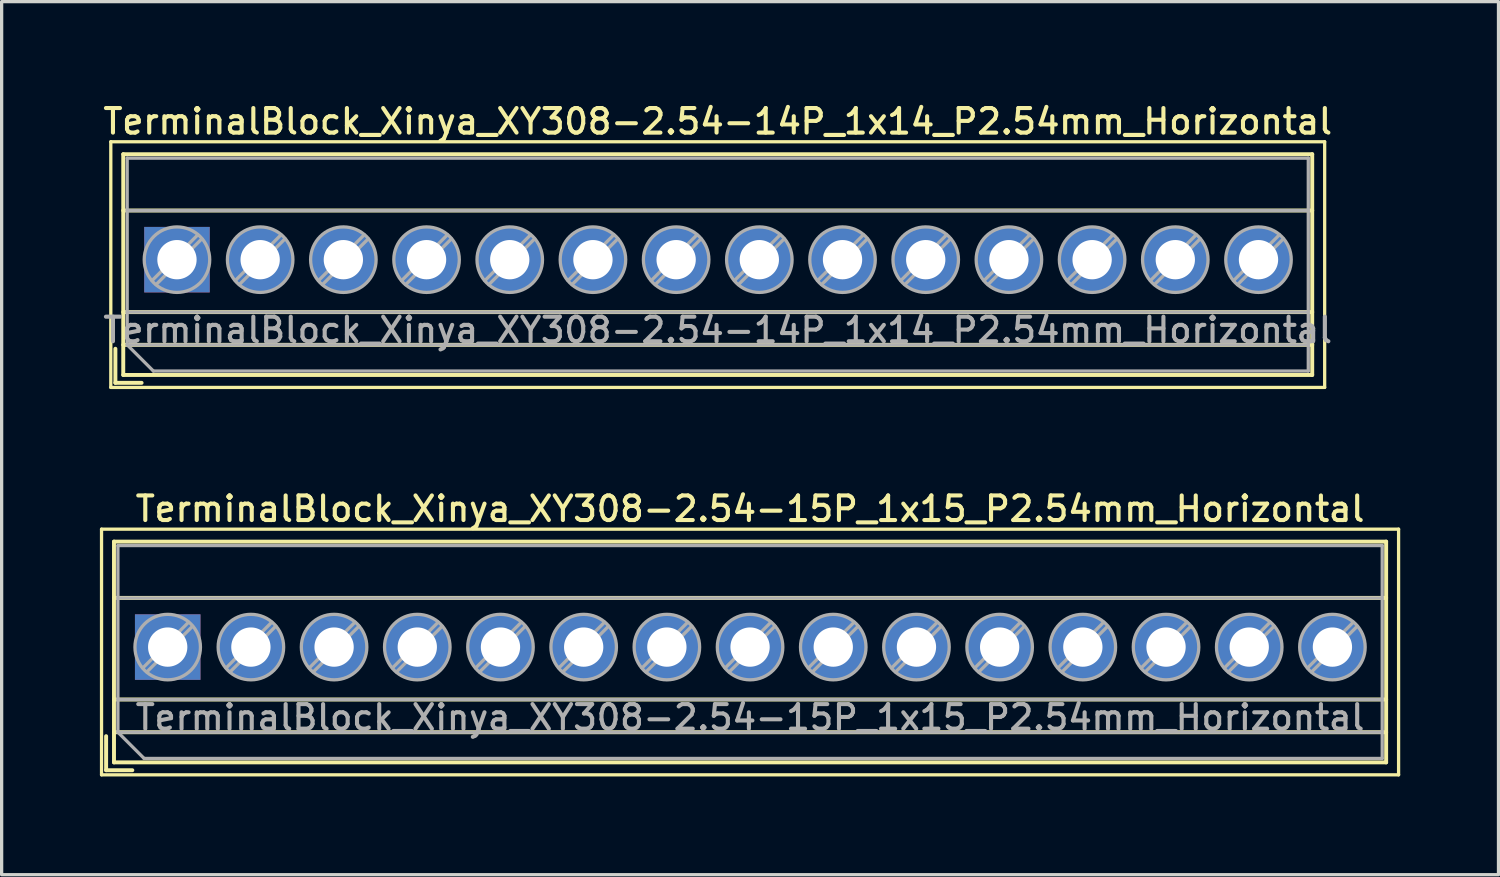
<source format=kicad_pcb>
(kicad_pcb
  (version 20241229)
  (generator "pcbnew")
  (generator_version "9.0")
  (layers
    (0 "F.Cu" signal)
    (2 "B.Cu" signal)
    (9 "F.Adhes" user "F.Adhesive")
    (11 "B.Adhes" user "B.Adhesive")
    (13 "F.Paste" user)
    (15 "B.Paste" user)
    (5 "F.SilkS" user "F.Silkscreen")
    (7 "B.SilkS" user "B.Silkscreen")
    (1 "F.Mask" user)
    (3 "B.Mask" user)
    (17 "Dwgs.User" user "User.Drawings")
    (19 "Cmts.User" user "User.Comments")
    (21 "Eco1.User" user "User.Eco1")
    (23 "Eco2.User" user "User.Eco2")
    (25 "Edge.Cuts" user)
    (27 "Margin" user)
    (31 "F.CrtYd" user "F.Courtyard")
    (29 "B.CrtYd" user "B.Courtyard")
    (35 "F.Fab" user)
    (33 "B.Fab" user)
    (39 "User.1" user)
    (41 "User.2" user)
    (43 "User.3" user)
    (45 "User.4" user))
  (footprint "TerminalBlock_Xinya_XY308-2.54-14P_1x14_P2.54mm_Horizontal"
    (layer "F.Cu")
    (at 2.353 4.878)
    (property "Reference" "TerminalBlock_Xinya_XY308-2.54-14P_1x14_P2.54mm_Horizontal" (at 16.51 -4.22 0) (layer "F.SilkS") (effects (font (size 0.75 0.75) (thickness 0.125))))
    (attr through_hole)
    (fp_line (start -2.02 -3.6) (end -2.02 3.9) (stroke (width 0.1) (type solid)) (layer "F.SilkS"))
    (fp_line (start -2.02 3.9) (end 35.04 3.9) (stroke (width 0.1) (type solid)) (layer "F.SilkS"))
    (fp_line (start -1.88 2.72) (end -1.88 3.76) (stroke (width 0.12) (type solid)) (layer "F.SilkS"))
    (fp_line (start -1.88 3.76) (end -1.08 3.76) (stroke (width 0.12) (type solid)) (layer "F.SilkS"))
    (fp_line (start -1.64 -3.22) (end -1.64 3.52) (stroke (width 0.12) (type solid)) (layer "F.SilkS"))
    (fp_line (start -1.64 -3.22) (end 34.66 -3.22) (stroke (width 0.12) (type solid)) (layer "F.SilkS"))
    (fp_line (start -1.64 -1.501) (end 34.66 -1.501) (stroke (width 0.12) (type solid)) (layer "F.SilkS"))
    (fp_line (start -1.64 1.6) (end 34.66 1.6) (stroke (width 0.12) (type solid)) (layer "F.SilkS"))
    (fp_line (start -1.64 2.6) (end 34.66 2.6) (stroke (width 0.12) (type solid)) (layer "F.SilkS"))
    (fp_line (start -1.64 3.52) (end 34.66 3.52) (stroke (width 0.12) (type solid)) (layer "F.SilkS"))
    (fp_line (start 34.66 -3.22) (end 34.66 3.52) (stroke (width 0.12) (type solid)) (layer "F.SilkS"))
    (fp_line (start 35.04 -3.6) (end -2.02 -3.6) (stroke (width 0.1) (type solid)) (layer "F.SilkS"))
    (fp_line (start 35.04 3.9) (end 35.04 -3.6) (stroke (width 0.1) (type solid)) (layer "F.SilkS"))
    (fp_line (start -1.52 -3.1) (end 34.54 -3.1) (stroke (width 0.1) (type solid)) (layer "F.Fab"))
    (fp_line (start -1.52 -1.5) (end 34.54 -1.5) (stroke (width 0.1) (type solid)) (layer "F.Fab"))
    (fp_line (start -1.52 1.6) (end 34.54 1.6) (stroke (width 0.1) (type solid)) (layer "F.Fab"))
    (fp_line (start -1.52 2.6) (end -1.52 -3.1) (stroke (width 0.1) (type solid)) (layer "F.Fab"))
    (fp_line (start -1.52 2.6) (end 34.54 2.6) (stroke (width 0.1) (type solid)) (layer "F.Fab"))
    (fp_line (start -0.72 3.4) (end -1.52 2.6) (stroke (width 0.1) (type solid)) (layer "F.Fab"))
    (fp_line (start 0.637 -0.759) (end -0.759 0.637) (stroke (width 0.1) (type solid)) (layer "F.Fab"))
    (fp_line (start 0.759 -0.637) (end -0.637 0.759) (stroke (width 0.1) (type solid)) (layer "F.Fab"))
    (fp_line (start 3.177 -0.759) (end 1.782 0.637) (stroke (width 0.1) (type solid)) (layer "F.Fab"))
    (fp_line (start 3.299 -0.637) (end 1.904 0.759) (stroke (width 0.1) (type solid)) (layer "F.Fab"))
    (fp_line (start 5.717 -0.759) (end 4.322 0.637) (stroke (width 0.1) (type solid)) (layer "F.Fab"))
    (fp_line (start 5.839 -0.637) (end 4.444 0.759) (stroke (width 0.1) (type solid)) (layer "F.Fab"))
    (fp_line (start 8.257 -0.759) (end 6.862 0.637) (stroke (width 0.1) (type solid)) (layer "F.Fab"))
    (fp_line (start 8.379 -0.637) (end 6.984 0.759) (stroke (width 0.1) (type solid)) (layer "F.Fab"))
    (fp_line (start 10.797 -0.759) (end 9.402 0.637) (stroke (width 0.1) (type solid)) (layer "F.Fab"))
    (fp_line (start 10.919 -0.637) (end 9.524 0.759) (stroke (width 0.1) (type solid)) (layer "F.Fab"))
    (fp_line (start 13.337 -0.759) (end 11.942 0.637) (stroke (width 0.1) (type solid)) (layer "F.Fab"))
    (fp_line (start 13.459 -0.637) (end 12.064 0.759) (stroke (width 0.1) (type solid)) (layer "F.Fab"))
    (fp_line (start 15.877 -0.759) (end 14.482 0.637) (stroke (width 0.1) (type solid)) (layer "F.Fab"))
    (fp_line (start 15.999 -0.637) (end 14.604 0.759) (stroke (width 0.1) (type solid)) (layer "F.Fab"))
    (fp_line (start 18.417 -0.759) (end 17.022 0.637) (stroke (width 0.1) (type solid)) (layer "F.Fab"))
    (fp_line (start 18.539 -0.637) (end 17.144 0.759) (stroke (width 0.1) (type solid)) (layer "F.Fab"))
    (fp_line (start 20.957 -0.759) (end 19.562 0.637) (stroke (width 0.1) (type solid)) (layer "F.Fab"))
    (fp_line (start 21.079 -0.637) (end 19.684 0.759) (stroke (width 0.1) (type solid)) (layer "F.Fab"))
    (fp_line (start 23.497 -0.759) (end 22.102 0.637) (stroke (width 0.1) (type solid)) (layer "F.Fab"))
    (fp_line (start 23.619 -0.637) (end 22.224 0.759) (stroke (width 0.1) (type solid)) (layer "F.Fab"))
    (fp_line (start 26.037 -0.759) (end 24.642 0.637) (stroke (width 0.1) (type solid)) (layer "F.Fab"))
    (fp_line (start 26.159 -0.637) (end 24.764 0.759) (stroke (width 0.1) (type solid)) (layer "F.Fab"))
    (fp_line (start 28.577 -0.759) (end 27.182 0.637) (stroke (width 0.1) (type solid)) (layer "F.Fab"))
    (fp_line (start 28.699 -0.637) (end 27.304 0.759) (stroke (width 0.1) (type solid)) (layer "F.Fab"))
    (fp_line (start 31.117 -0.759) (end 29.722 0.637) (stroke (width 0.1) (type solid)) (layer "F.Fab"))
    (fp_line (start 31.239 -0.637) (end 29.844 0.759) (stroke (width 0.1) (type solid)) (layer "F.Fab"))
    (fp_line (start 33.657 -0.759) (end 32.262 0.637) (stroke (width 0.1) (type solid)) (layer "F.Fab"))
    (fp_line (start 33.779 -0.637) (end 32.384 0.759) (stroke (width 0.1) (type solid)) (layer "F.Fab"))
    (fp_line (start 34.54 -3.1) (end 34.54 3.4) (stroke (width 0.1) (type solid)) (layer "F.Fab"))
    (fp_line (start 34.54 3.4) (end -0.72 3.4) (stroke (width 0.1) (type solid)) (layer "F.Fab"))
    (fp_circle (center 0 0) (end 1 0) (stroke (width 0.1) (type solid)) (fill no) (layer "F.Fab"))
    (fp_circle (center 2.54 0) (end 3.54 0) (stroke (width 0.1) (type solid)) (fill no) (layer "F.Fab"))
    (fp_circle (center 5.08 0) (end 6.08 0) (stroke (width 0.1) (type solid)) (fill no) (layer "F.Fab"))
    (fp_circle (center 7.62 0) (end 8.62 0) (stroke (width 0.1) (type solid)) (fill no) (layer "F.Fab"))
    (fp_circle (center 10.16 0) (end 11.16 0) (stroke (width 0.1) (type solid)) (fill no) (layer "F.Fab"))
    (fp_circle (center 12.7 0) (end 13.7 0) (stroke (width 0.1) (type solid)) (fill no) (layer "F.Fab"))
    (fp_circle (center 15.24 0) (end 16.24 0) (stroke (width 0.1) (type solid)) (fill no) (layer "F.Fab"))
    (fp_circle (center 17.78 0) (end 18.78 0) (stroke (width 0.1) (type solid)) (fill no) (layer "F.Fab"))
    (fp_circle (center 20.32 0) (end 21.32 0) (stroke (width 0.1) (type solid)) (fill no) (layer "F.Fab"))
    (fp_circle (center 22.86 0) (end 23.86 0) (stroke (width 0.1) (type solid)) (fill no) (layer "F.Fab"))
    (fp_circle (center 25.4 0) (end 26.4 0) (stroke (width 0.1) (type solid)) (fill no) (layer "F.Fab"))
    (fp_circle (center 27.94 0) (end 28.94 0) (stroke (width 0.1) (type solid)) (fill no) (layer "F.Fab"))
    (fp_circle (center 30.48 0) (end 31.48 0) (stroke (width 0.1) (type solid)) (fill no) (layer "F.Fab"))
    (fp_circle (center 33.02 0) (end 34.02 0) (stroke (width 0.1) (type solid)) (fill no) (layer "F.Fab"))
    (fp_text user "${REFERENCE}" (at 16.51 2.15 0) (layer "F.Fab") (effects (font (size 0.75 0.75) (thickness 0.125))))
    (pad "1" thru_hole rect (at 0 0) (size 2 2) (drill 1.2) (layers "*.Cu" "*.Mask"))
    (pad "2" thru_hole circle (at 2.54 0) (size 2 2) (drill 1.2) (layers "*.Cu" "*.Mask"))
    (pad "3" thru_hole circle (at 5.08 0) (size 2 2) (drill 1.2) (layers "*.Cu" "*.Mask"))
    (pad "4" thru_hole circle (at 7.62 0) (size 2 2) (drill 1.2) (layers "*.Cu" "*.Mask"))
    (pad "5" thru_hole circle (at 10.16 0) (size 2 2) (drill 1.2) (layers "*.Cu" "*.Mask"))
    (pad "6" thru_hole circle (at 12.7 0) (size 2 2) (drill 1.2) (layers "*.Cu" "*.Mask"))
    (pad "7" thru_hole circle (at 15.24 0) (size 2 2) (drill 1.2) (layers "*.Cu" "*.Mask"))
    (pad "8" thru_hole circle (at 17.78 0) (size 2 2) (drill 1.2) (layers "*.Cu" "*.Mask"))
    (pad "9" thru_hole circle (at 20.32 0) (size 2 2) (drill 1.2) (layers "*.Cu" "*.Mask"))
    (pad "10" thru_hole circle (at 22.86 0) (size 2 2) (drill 1.2) (layers "*.Cu" "*.Mask"))
    (pad "11" thru_hole circle (at 25.4 0) (size 2 2) (drill 1.2) (layers "*.Cu" "*.Mask"))
    (pad "12" thru_hole circle (at 27.94 0) (size 2 2) (drill 1.2) (layers "*.Cu" "*.Mask"))
    (pad "13" thru_hole circle (at 30.48 0) (size 2 2) (drill 1.2) (layers "*.Cu" "*.Mask"))
    (pad "14" thru_hole circle (at 33.02 0) (size 2 2) (drill 1.2) (layers "*.Cu" "*.Mask")))
  (footprint "TerminalBlock_Xinya_XY308-2.54-15P_1x15_P2.54mm_Horizontal"
    (layer "F.Cu")
    (at 2.07 16.706)
    (property "Reference" "TerminalBlock_Xinya_XY308-2.54-15P_1x15_P2.54mm_Horizontal" (at 17.78 -4.22 0) (layer "F.SilkS") (effects (font (size 0.75 0.75) (thickness 0.125))))
    (attr through_hole)
    (fp_line (start -2.02 -3.6) (end -2.02 3.9) (stroke (width 0.1) (type solid)) (layer "F.SilkS"))
    (fp_line (start -2.02 3.9) (end 37.58 3.9) (stroke (width 0.1) (type solid)) (layer "F.SilkS"))
    (fp_line (start -1.88 2.72) (end -1.88 3.76) (stroke (width 0.12) (type solid)) (layer "F.SilkS"))
    (fp_line (start -1.88 3.76) (end -1.08 3.76) (stroke (width 0.12) (type solid)) (layer "F.SilkS"))
    (fp_line (start -1.64 -3.22) (end -1.64 3.52) (stroke (width 0.12) (type solid)) (layer "F.SilkS"))
    (fp_line (start -1.64 -3.22) (end 37.2 -3.22) (stroke (width 0.12) (type solid)) (layer "F.SilkS"))
    (fp_line (start -1.64 -1.501) (end 37.2 -1.501) (stroke (width 0.12) (type solid)) (layer "F.SilkS"))
    (fp_line (start -1.64 1.6) (end 37.2 1.6) (stroke (width 0.12) (type solid)) (layer "F.SilkS"))
    (fp_line (start -1.64 2.6) (end 37.2 2.6) (stroke (width 0.12) (type solid)) (layer "F.SilkS"))
    (fp_line (start -1.64 3.52) (end 37.2 3.52) (stroke (width 0.12) (type solid)) (layer "F.SilkS"))
    (fp_line (start 37.2 -3.22) (end 37.2 3.52) (stroke (width 0.12) (type solid)) (layer "F.SilkS"))
    (fp_line (start 37.58 -3.6) (end -2.02 -3.6) (stroke (width 0.1) (type solid)) (layer "F.SilkS"))
    (fp_line (start 37.58 3.9) (end 37.58 -3.6) (stroke (width 0.1) (type solid)) (layer "F.SilkS"))
    (fp_line (start -1.52 -3.1) (end 37.08 -3.1) (stroke (width 0.1) (type solid)) (layer "F.Fab"))
    (fp_line (start -1.52 -1.5) (end 37.08 -1.5) (stroke (width 0.1) (type solid)) (layer "F.Fab"))
    (fp_line (start -1.52 1.6) (end 37.08 1.6) (stroke (width 0.1) (type solid)) (layer "F.Fab"))
    (fp_line (start -1.52 2.6) (end -1.52 -3.1) (stroke (width 0.1) (type solid)) (layer "F.Fab"))
    (fp_line (start -1.52 2.6) (end 37.08 2.6) (stroke (width 0.1) (type solid)) (layer "F.Fab"))
    (fp_line (start -0.72 3.4) (end -1.52 2.6) (stroke (width 0.1) (type solid)) (layer "F.Fab"))
    (fp_line (start 0.637 -0.759) (end -0.759 0.637) (stroke (width 0.1) (type solid)) (layer "F.Fab"))
    (fp_line (start 0.759 -0.637) (end -0.637 0.759) (stroke (width 0.1) (type solid)) (layer "F.Fab"))
    (fp_line (start 3.177 -0.759) (end 1.782 0.637) (stroke (width 0.1) (type solid)) (layer "F.Fab"))
    (fp_line (start 3.299 -0.637) (end 1.904 0.759) (stroke (width 0.1) (type solid)) (layer "F.Fab"))
    (fp_line (start 5.717 -0.759) (end 4.322 0.637) (stroke (width 0.1) (type solid)) (layer "F.Fab"))
    (fp_line (start 5.839 -0.637) (end 4.444 0.759) (stroke (width 0.1) (type solid)) (layer "F.Fab"))
    (fp_line (start 8.257 -0.759) (end 6.862 0.637) (stroke (width 0.1) (type solid)) (layer "F.Fab"))
    (fp_line (start 8.379 -0.637) (end 6.984 0.759) (stroke (width 0.1) (type solid)) (layer "F.Fab"))
    (fp_line (start 10.797 -0.759) (end 9.402 0.637) (stroke (width 0.1) (type solid)) (layer "F.Fab"))
    (fp_line (start 10.919 -0.637) (end 9.524 0.759) (stroke (width 0.1) (type solid)) (layer "F.Fab"))
    (fp_line (start 13.337 -0.759) (end 11.942 0.637) (stroke (width 0.1) (type solid)) (layer "F.Fab"))
    (fp_line (start 13.459 -0.637) (end 12.064 0.759) (stroke (width 0.1) (type solid)) (layer "F.Fab"))
    (fp_line (start 15.877 -0.759) (end 14.482 0.637) (stroke (width 0.1) (type solid)) (layer "F.Fab"))
    (fp_line (start 15.999 -0.637) (end 14.604 0.759) (stroke (width 0.1) (type solid)) (layer "F.Fab"))
    (fp_line (start 18.417 -0.759) (end 17.022 0.637) (stroke (width 0.1) (type solid)) (layer "F.Fab"))
    (fp_line (start 18.539 -0.637) (end 17.144 0.759) (stroke (width 0.1) (type solid)) (layer "F.Fab"))
    (fp_line (start 20.957 -0.759) (end 19.562 0.637) (stroke (width 0.1) (type solid)) (layer "F.Fab"))
    (fp_line (start 21.079 -0.637) (end 19.684 0.759) (stroke (width 0.1) (type solid)) (layer "F.Fab"))
    (fp_line (start 23.497 -0.759) (end 22.102 0.637) (stroke (width 0.1) (type solid)) (layer "F.Fab"))
    (fp_line (start 23.619 -0.637) (end 22.224 0.759) (stroke (width 0.1) (type solid)) (layer "F.Fab"))
    (fp_line (start 26.037 -0.759) (end 24.642 0.637) (stroke (width 0.1) (type solid)) (layer "F.Fab"))
    (fp_line (start 26.159 -0.637) (end 24.764 0.759) (stroke (width 0.1) (type solid)) (layer "F.Fab"))
    (fp_line (start 28.577 -0.759) (end 27.182 0.637) (stroke (width 0.1) (type solid)) (layer "F.Fab"))
    (fp_line (start 28.699 -0.637) (end 27.304 0.759) (stroke (width 0.1) (type solid)) (layer "F.Fab"))
    (fp_line (start 31.117 -0.759) (end 29.722 0.637) (stroke (width 0.1) (type solid)) (layer "F.Fab"))
    (fp_line (start 31.239 -0.637) (end 29.844 0.759) (stroke (width 0.1) (type solid)) (layer "F.Fab"))
    (fp_line (start 33.657 -0.759) (end 32.262 0.637) (stroke (width 0.1) (type solid)) (layer "F.Fab"))
    (fp_line (start 33.779 -0.637) (end 32.384 0.759) (stroke (width 0.1) (type solid)) (layer "F.Fab"))
    (fp_line (start 36.197 -0.759) (end 34.802 0.637) (stroke (width 0.1) (type solid)) (layer "F.Fab"))
    (fp_line (start 36.319 -0.637) (end 34.924 0.759) (stroke (width 0.1) (type solid)) (layer "F.Fab"))
    (fp_line (start 37.08 -3.1) (end 37.08 3.4) (stroke (width 0.1) (type solid)) (layer "F.Fab"))
    (fp_line (start 37.08 3.4) (end -0.72 3.4) (stroke (width 0.1) (type solid)) (layer "F.Fab"))
    (fp_circle (center 0 0) (end 1 0) (stroke (width 0.1) (type solid)) (fill no) (layer "F.Fab"))
    (fp_circle (center 2.54 0) (end 3.54 0) (stroke (width 0.1) (type solid)) (fill no) (layer "F.Fab"))
    (fp_circle (center 5.08 0) (end 6.08 0) (stroke (width 0.1) (type solid)) (fill no) (layer "F.Fab"))
    (fp_circle (center 7.62 0) (end 8.62 0) (stroke (width 0.1) (type solid)) (fill no) (layer "F.Fab"))
    (fp_circle (center 10.16 0) (end 11.16 0) (stroke (width 0.1) (type solid)) (fill no) (layer "F.Fab"))
    (fp_circle (center 12.7 0) (end 13.7 0) (stroke (width 0.1) (type solid)) (fill no) (layer "F.Fab"))
    (fp_circle (center 15.24 0) (end 16.24 0) (stroke (width 0.1) (type solid)) (fill no) (layer "F.Fab"))
    (fp_circle (center 17.78 0) (end 18.78 0) (stroke (width 0.1) (type solid)) (fill no) (layer "F.Fab"))
    (fp_circle (center 20.32 0) (end 21.32 0) (stroke (width 0.1) (type solid)) (fill no) (layer "F.Fab"))
    (fp_circle (center 22.86 0) (end 23.86 0) (stroke (width 0.1) (type solid)) (fill no) (layer "F.Fab"))
    (fp_circle (center 25.4 0) (end 26.4 0) (stroke (width 0.1) (type solid)) (fill no) (layer "F.Fab"))
    (fp_circle (center 27.94 0) (end 28.94 0) (stroke (width 0.1) (type solid)) (fill no) (layer "F.Fab"))
    (fp_circle (center 30.48 0) (end 31.48 0) (stroke (width 0.1) (type solid)) (fill no) (layer "F.Fab"))
    (fp_circle (center 33.02 0) (end 34.02 0) (stroke (width 0.1) (type solid)) (fill no) (layer "F.Fab"))
    (fp_circle (center 35.56 0) (end 36.56 0) (stroke (width 0.1) (type solid)) (fill no) (layer "F.Fab"))
    (fp_text user "${REFERENCE}" (at 17.78 2.15 0) (layer "F.Fab") (effects (font (size 0.75 0.75) (thickness 0.125))))
    (pad "1" thru_hole rect (at 0 0) (size 2 2) (drill 1.2) (layers "*.Cu" "*.Mask"))
    (pad "2" thru_hole circle (at 2.54 0) (size 2 2) (drill 1.2) (layers "*.Cu" "*.Mask"))
    (pad "3" thru_hole circle (at 5.08 0) (size 2 2) (drill 1.2) (layers "*.Cu" "*.Mask"))
    (pad "4" thru_hole circle (at 7.62 0) (size 2 2) (drill 1.2) (layers "*.Cu" "*.Mask"))
    (pad "5" thru_hole circle (at 10.16 0) (size 2 2) (drill 1.2) (layers "*.Cu" "*.Mask"))
    (pad "6" thru_hole circle (at 12.7 0) (size 2 2) (drill 1.2) (layers "*.Cu" "*.Mask"))
    (pad "7" thru_hole circle (at 15.24 0) (size 2 2) (drill 1.2) (layers "*.Cu" "*.Mask"))
    (pad "8" thru_hole circle (at 17.78 0) (size 2 2) (drill 1.2) (layers "*.Cu" "*.Mask"))
    (pad "9" thru_hole circle (at 20.32 0) (size 2 2) (drill 1.2) (layers "*.Cu" "*.Mask"))
    (pad "10" thru_hole circle (at 22.86 0) (size 2 2) (drill 1.2) (layers "*.Cu" "*.Mask"))
    (pad "11" thru_hole circle (at 25.4 0) (size 2 2) (drill 1.2) (layers "*.Cu" "*.Mask"))
    (pad "12" thru_hole circle (at 27.94 0) (size 2 2) (drill 1.2) (layers "*.Cu" "*.Mask"))
    (pad "13" thru_hole circle (at 30.48 0) (size 2 2) (drill 1.2) (layers "*.Cu" "*.Mask"))
    (pad "14" thru_hole circle (at 33.02 0) (size 2 2) (drill 1.2) (layers "*.Cu" "*.Mask"))
    (pad "15" thru_hole circle (at 35.56 0) (size 2 2) (drill 1.2) (layers "*.Cu" "*.Mask")))
  (gr_rect
    (start -3 -3)
    (end 42.7 23.656)
    (stroke (width 0.1) (type default))
    (fill no)
    (layer "Edge.Cuts")))
</source>
